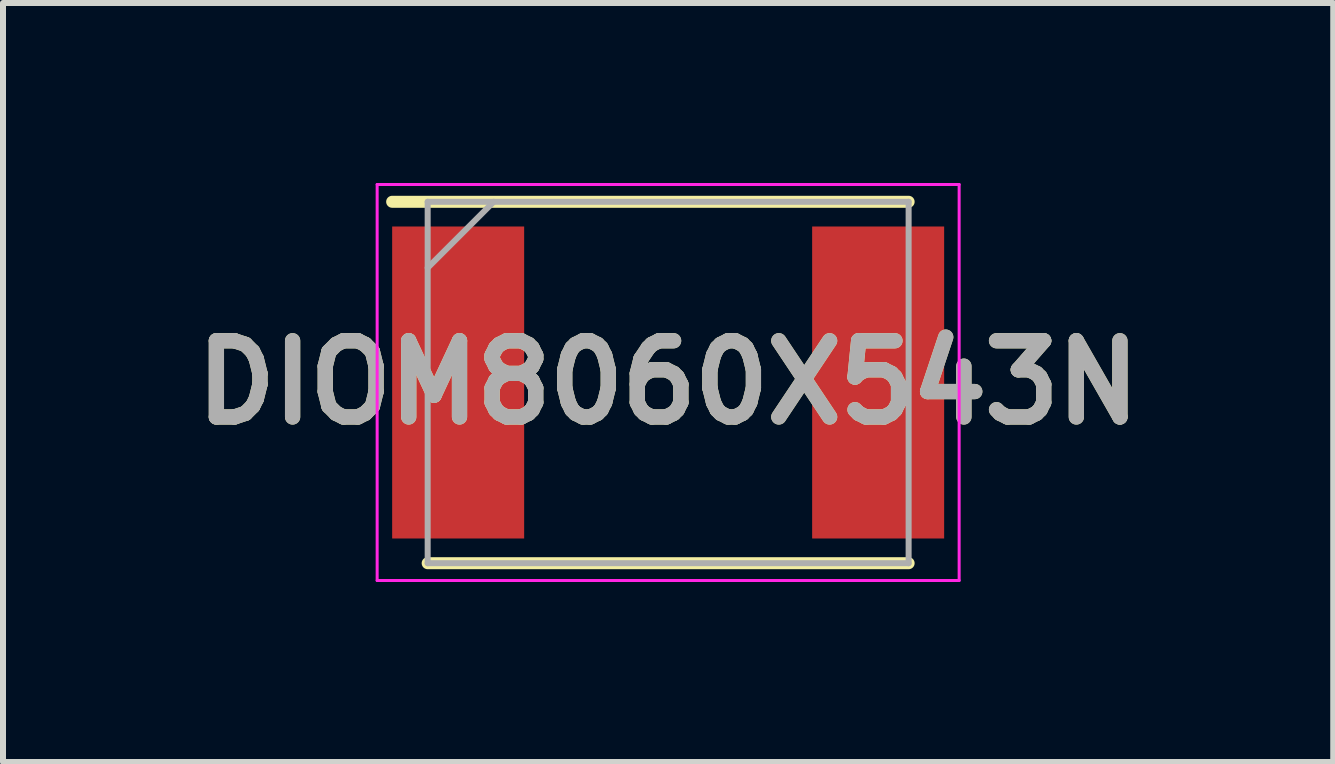
<source format=kicad_pcb>
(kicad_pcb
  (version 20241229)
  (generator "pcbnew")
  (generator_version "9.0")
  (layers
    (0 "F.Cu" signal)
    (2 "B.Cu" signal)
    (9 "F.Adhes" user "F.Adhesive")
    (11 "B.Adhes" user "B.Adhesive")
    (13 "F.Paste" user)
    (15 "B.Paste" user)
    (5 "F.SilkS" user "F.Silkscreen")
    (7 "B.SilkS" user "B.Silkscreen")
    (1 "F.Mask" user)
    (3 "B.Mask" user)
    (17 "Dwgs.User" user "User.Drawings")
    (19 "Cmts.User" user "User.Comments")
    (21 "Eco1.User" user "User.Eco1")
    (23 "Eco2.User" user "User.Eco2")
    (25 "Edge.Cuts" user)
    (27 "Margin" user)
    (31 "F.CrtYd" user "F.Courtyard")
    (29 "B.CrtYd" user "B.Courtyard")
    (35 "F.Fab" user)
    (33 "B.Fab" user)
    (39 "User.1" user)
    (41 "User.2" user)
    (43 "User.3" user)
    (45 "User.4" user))
  (footprint "DIOM8060X543N"
    (layer "F.Cu")
    (at 8.086 3.325)
    (property "Reference" "DIOM8060X543N" (at 0 0 0) (layer "F.SilkS") (effects (font (size 1.27 1.27) (thickness 0.254))))
    (attr smd)
    (fp_line (start -4.008 3.012) (end 4.008 3.012) (stroke (width 0.2) (type solid)) (layer "F.SilkS"))
    (fp_line (start 4.008 -3.012) (end -4.6 -3.012) (stroke (width 0.2) (type solid)) (layer "F.SilkS"))
    (fp_line (start -4.85 -3.3) (end 4.85 -3.3) (stroke (width 0.05) (type solid)) (layer "F.CrtYd"))
    (fp_line (start -4.85 3.3) (end -4.85 -3.3) (stroke (width 0.05) (type solid)) (layer "F.CrtYd"))
    (fp_line (start 4.85 -3.3) (end 4.85 3.3) (stroke (width 0.05) (type solid)) (layer "F.CrtYd"))
    (fp_line (start 4.85 3.3) (end -4.85 3.3) (stroke (width 0.05) (type solid)) (layer "F.CrtYd"))
    (fp_line (start -4.008 -3.012) (end 4.008 -3.012) (stroke (width 0.1) (type solid)) (layer "F.Fab"))
    (fp_line (start -4.008 -1.912) (end -2.908 -3.012) (stroke (width 0.1) (type solid)) (layer "F.Fab"))
    (fp_line (start -4.008 3.012) (end -4.008 -3.012) (stroke (width 0.1) (type solid)) (layer "F.Fab"))
    (fp_line (start 4.008 -3.012) (end 4.008 3.012) (stroke (width 0.1) (type solid)) (layer "F.Fab"))
    (fp_line (start 4.008 3.012) (end -4.008 3.012) (stroke (width 0.1) (type solid)) (layer "F.Fab"))
    (fp_text user "${REFERENCE}" (at 0 0 0) (layer "F.Fab") (effects (font (size 1.27 1.27) (thickness 0.254))))
    (pad "1" smd rect (at -3.5 0) (size 2.2 5.2) (layers "F.Cu" "F.Mask" "F.Paste"))
    (pad "2" smd rect (at 3.5 0) (size 2.2 5.2) (layers "F.Cu" "F.Mask" "F.Paste")))
  (gr_rect
    (start -3 -3)
    (end 19.171 9.65)
    (stroke (width 0.1) (type default))
    (fill no)
    (layer "Edge.Cuts")))
</source>
